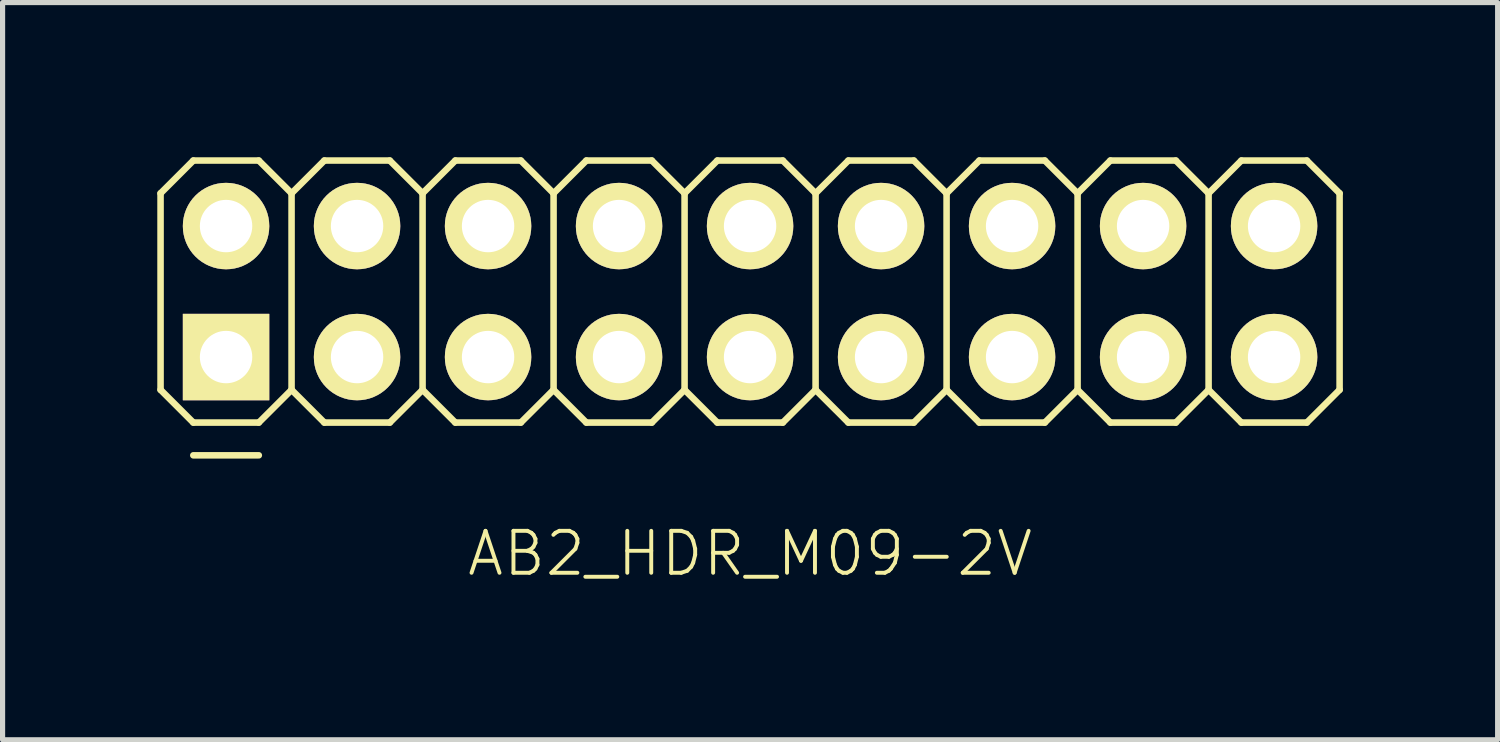
<source format=kicad_pcb>
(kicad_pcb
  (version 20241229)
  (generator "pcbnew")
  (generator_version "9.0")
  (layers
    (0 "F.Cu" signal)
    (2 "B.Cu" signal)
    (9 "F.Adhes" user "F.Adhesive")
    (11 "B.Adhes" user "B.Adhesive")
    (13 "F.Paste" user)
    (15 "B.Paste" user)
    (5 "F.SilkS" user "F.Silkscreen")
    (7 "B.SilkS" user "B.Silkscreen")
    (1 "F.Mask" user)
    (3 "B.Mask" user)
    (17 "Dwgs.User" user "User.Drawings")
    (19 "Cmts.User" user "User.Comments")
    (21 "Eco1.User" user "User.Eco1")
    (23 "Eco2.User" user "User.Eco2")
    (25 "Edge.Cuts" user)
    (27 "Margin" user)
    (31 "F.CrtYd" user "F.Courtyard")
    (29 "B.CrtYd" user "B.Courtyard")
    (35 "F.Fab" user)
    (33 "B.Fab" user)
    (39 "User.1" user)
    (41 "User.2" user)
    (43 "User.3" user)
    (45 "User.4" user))
  (footprint "AB2_HDR_M09-2V"
    (layer "F.Cu")
    (at 11.493 2.603)
    (property "Reference" "AB2_HDR_M09-2V" (at 0 5.08 0) (layer "F.SilkS") (effects (font (size 0.813 0.813) (thickness 0.076))))
    (attr through_hole)
    (fp_line (start -11.43 -1.905) (end -10.795 -2.54) (stroke (width 0.127) (type solid)) (layer "F.SilkS"))
    (fp_line (start -11.43 1.905) (end -11.43 -1.905) (stroke (width 0.127) (type solid)) (layer "F.SilkS"))
    (fp_line (start -10.795 -2.54) (end -9.525 -2.54) (stroke (width 0.127) (type solid)) (layer "F.SilkS"))
    (fp_line (start -10.795 2.54) (end -11.43 1.905) (stroke (width 0.127) (type solid)) (layer "F.SilkS"))
    (fp_line (start -10.795 3.175) (end -9.525 3.175) (stroke (width 0.127) (type solid)) (layer "F.SilkS"))
    (fp_line (start -9.525 -2.54) (end -8.89 -1.905) (stroke (width 0.127) (type solid)) (layer "F.SilkS"))
    (fp_line (start -9.525 2.54) (end -10.795 2.54) (stroke (width 0.127) (type solid)) (layer "F.SilkS"))
    (fp_line (start -8.89 -1.905) (end -8.89 1.905) (stroke (width 0.127) (type solid)) (layer "F.SilkS"))
    (fp_line (start -8.89 -1.905) (end -8.255 -2.54) (stroke (width 0.127) (type solid)) (layer "F.SilkS"))
    (fp_line (start -8.89 1.905) (end -9.525 2.54) (stroke (width 0.127) (type solid)) (layer "F.SilkS"))
    (fp_line (start -8.255 -2.54) (end -6.985 -2.54) (stroke (width 0.127) (type solid)) (layer "F.SilkS"))
    (fp_line (start -8.255 2.54) (end -8.89 1.905) (stroke (width 0.127) (type solid)) (layer "F.SilkS"))
    (fp_line (start -6.985 -2.54) (end -6.35 -1.905) (stroke (width 0.127) (type solid)) (layer "F.SilkS"))
    (fp_line (start -6.985 2.54) (end -8.255 2.54) (stroke (width 0.127) (type solid)) (layer "F.SilkS"))
    (fp_line (start -6.35 -1.905) (end -6.35 1.905) (stroke (width 0.127) (type solid)) (layer "F.SilkS"))
    (fp_line (start -6.35 -1.905) (end -5.715 -2.54) (stroke (width 0.127) (type solid)) (layer "F.SilkS"))
    (fp_line (start -6.35 1.905) (end -6.985 2.54) (stroke (width 0.127) (type solid)) (layer "F.SilkS"))
    (fp_line (start -5.715 -2.54) (end -4.445 -2.54) (stroke (width 0.127) (type solid)) (layer "F.SilkS"))
    (fp_line (start -5.715 2.54) (end -6.35 1.905) (stroke (width 0.127) (type solid)) (layer "F.SilkS"))
    (fp_line (start -4.445 -2.54) (end -3.81 -1.905) (stroke (width 0.127) (type solid)) (layer "F.SilkS"))
    (fp_line (start -4.445 2.54) (end -5.715 2.54) (stroke (width 0.127) (type solid)) (layer "F.SilkS"))
    (fp_line (start -3.81 -1.905) (end -3.81 1.905) (stroke (width 0.127) (type solid)) (layer "F.SilkS"))
    (fp_line (start -3.81 -1.905) (end -3.175 -2.54) (stroke (width 0.127) (type solid)) (layer "F.SilkS"))
    (fp_line (start -3.81 1.905) (end -4.445 2.54) (stroke (width 0.127) (type solid)) (layer "F.SilkS"))
    (fp_line (start -3.175 -2.54) (end -1.905 -2.54) (stroke (width 0.127) (type solid)) (layer "F.SilkS"))
    (fp_line (start -3.175 2.54) (end -3.81 1.905) (stroke (width 0.127) (type solid)) (layer "F.SilkS"))
    (fp_line (start -1.905 -2.54) (end -1.27 -1.905) (stroke (width 0.127) (type solid)) (layer "F.SilkS"))
    (fp_line (start -1.905 2.54) (end -3.175 2.54) (stroke (width 0.127) (type solid)) (layer "F.SilkS"))
    (fp_line (start -1.27 -1.905) (end -1.27 1.905) (stroke (width 0.127) (type solid)) (layer "F.SilkS"))
    (fp_line (start -1.27 -1.905) (end -0.635 -2.54) (stroke (width 0.127) (type solid)) (layer "F.SilkS"))
    (fp_line (start -1.27 1.905) (end -1.905 2.54) (stroke (width 0.127) (type solid)) (layer "F.SilkS"))
    (fp_line (start -0.635 -2.54) (end 0.635 -2.54) (stroke (width 0.127) (type solid)) (layer "F.SilkS"))
    (fp_line (start -0.635 2.54) (end -1.27 1.905) (stroke (width 0.127) (type solid)) (layer "F.SilkS"))
    (fp_line (start 0.635 -2.54) (end 1.27 -1.905) (stroke (width 0.127) (type solid)) (layer "F.SilkS"))
    (fp_line (start 0.635 2.54) (end -0.635 2.54) (stroke (width 0.127) (type solid)) (layer "F.SilkS"))
    (fp_line (start 1.27 -1.905) (end 1.27 1.905) (stroke (width 0.127) (type solid)) (layer "F.SilkS"))
    (fp_line (start 1.27 -1.905) (end 1.905 -2.54) (stroke (width 0.127) (type solid)) (layer "F.SilkS"))
    (fp_line (start 1.27 1.905) (end 0.635 2.54) (stroke (width 0.127) (type solid)) (layer "F.SilkS"))
    (fp_line (start 1.905 -2.54) (end 3.175 -2.54) (stroke (width 0.127) (type solid)) (layer "F.SilkS"))
    (fp_line (start 1.905 2.54) (end 1.27 1.905) (stroke (width 0.127) (type solid)) (layer "F.SilkS"))
    (fp_line (start 3.175 -2.54) (end 3.81 -1.905) (stroke (width 0.127) (type solid)) (layer "F.SilkS"))
    (fp_line (start 3.175 2.54) (end 1.905 2.54) (stroke (width 0.127) (type solid)) (layer "F.SilkS"))
    (fp_line (start 3.81 -1.905) (end 3.81 1.905) (stroke (width 0.127) (type solid)) (layer "F.SilkS"))
    (fp_line (start 3.81 -1.905) (end 4.445 -2.54) (stroke (width 0.127) (type solid)) (layer "F.SilkS"))
    (fp_line (start 3.81 1.905) (end 3.175 2.54) (stroke (width 0.127) (type solid)) (layer "F.SilkS"))
    (fp_line (start 4.445 -2.54) (end 5.715 -2.54) (stroke (width 0.127) (type solid)) (layer "F.SilkS"))
    (fp_line (start 4.445 2.54) (end 3.81 1.905) (stroke (width 0.127) (type solid)) (layer "F.SilkS"))
    (fp_line (start 5.715 -2.54) (end 6.35 -1.905) (stroke (width 0.127) (type solid)) (layer "F.SilkS"))
    (fp_line (start 5.715 2.54) (end 4.445 2.54) (stroke (width 0.127) (type solid)) (layer "F.SilkS"))
    (fp_line (start 6.35 -1.905) (end 6.35 1.905) (stroke (width 0.127) (type solid)) (layer "F.SilkS"))
    (fp_line (start 6.35 -1.905) (end 6.985 -2.54) (stroke (width 0.127) (type solid)) (layer "F.SilkS"))
    (fp_line (start 6.35 1.905) (end 5.715 2.54) (stroke (width 0.127) (type solid)) (layer "F.SilkS"))
    (fp_line (start 6.985 -2.54) (end 8.255 -2.54) (stroke (width 0.127) (type solid)) (layer "F.SilkS"))
    (fp_line (start 6.985 2.54) (end 6.35 1.905) (stroke (width 0.127) (type solid)) (layer "F.SilkS"))
    (fp_line (start 8.255 -2.54) (end 8.89 -1.905) (stroke (width 0.127) (type solid)) (layer "F.SilkS"))
    (fp_line (start 8.255 2.54) (end 6.985 2.54) (stroke (width 0.127) (type solid)) (layer "F.SilkS"))
    (fp_line (start 8.89 -1.905) (end 8.89 1.905) (stroke (width 0.127) (type solid)) (layer "F.SilkS"))
    (fp_line (start 8.89 -1.905) (end 9.525 -2.54) (stroke (width 0.127) (type solid)) (layer "F.SilkS"))
    (fp_line (start 8.89 1.905) (end 8.255 2.54) (stroke (width 0.127) (type solid)) (layer "F.SilkS"))
    (fp_line (start 9.525 -2.54) (end 10.795 -2.54) (stroke (width 0.127) (type solid)) (layer "F.SilkS"))
    (fp_line (start 9.525 2.54) (end 8.89 1.905) (stroke (width 0.127) (type solid)) (layer "F.SilkS"))
    (fp_line (start 10.795 -2.54) (end 11.43 -1.905) (stroke (width 0.127) (type solid)) (layer "F.SilkS"))
    (fp_line (start 10.795 2.54) (end 9.525 2.54) (stroke (width 0.127) (type solid)) (layer "F.SilkS"))
    (fp_line (start 11.43 -1.905) (end 11.43 1.905) (stroke (width 0.127) (type solid)) (layer "F.SilkS"))
    (fp_line (start 11.43 1.905) (end 10.795 2.54) (stroke (width 0.127) (type solid)) (layer "F.SilkS"))
    (pad "1" thru_hole rect (at -10.16 1.27) (size 1.676 1.676) (drill 1.016) (layers "*.Cu" "*.Mask" "F.SilkS"))
    (pad "2" thru_hole circle (at -10.16 -1.27) (size 1.676 1.676) (drill 1.016) (layers "*.Cu" "*.Mask" "F.SilkS"))
    (pad "3" thru_hole circle (at -7.62 1.27) (size 1.676 1.676) (drill 1.016) (layers "*.Cu" "*.Mask" "F.SilkS"))
    (pad "4" thru_hole circle (at -7.62 -1.27) (size 1.676 1.676) (drill 1.016) (layers "*.Cu" "*.Mask" "F.SilkS"))
    (pad "5" thru_hole circle (at -5.08 1.27) (size 1.676 1.676) (drill 1.016) (layers "*.Cu" "*.Mask" "F.SilkS"))
    (pad "6" thru_hole circle (at -5.08 -1.27) (size 1.676 1.676) (drill 1.016) (layers "*.Cu" "*.Mask" "F.SilkS"))
    (pad "7" thru_hole circle (at -2.54 1.27) (size 1.676 1.676) (drill 1.016) (layers "*.Cu" "*.Mask" "F.SilkS"))
    (pad "8" thru_hole circle (at -2.54 -1.27) (size 1.676 1.676) (drill 1.016) (layers "*.Cu" "*.Mask" "F.SilkS"))
    (pad "9" thru_hole circle (at 0 1.27) (size 1.676 1.676) (drill 1.016) (layers "*.Cu" "*.Mask" "F.SilkS"))
    (pad "10" thru_hole circle (at 0 -1.27) (size 1.676 1.676) (drill 1.016) (layers "*.Cu" "*.Mask" "F.SilkS"))
    (pad "11" thru_hole circle (at 2.54 1.27) (size 1.676 1.676) (drill 1.016) (layers "*.Cu" "*.Mask" "F.SilkS"))
    (pad "12" thru_hole circle (at 2.54 -1.27) (size 1.676 1.676) (drill 1.016) (layers "*.Cu" "*.Mask" "F.SilkS"))
    (pad "13" thru_hole circle (at 5.08 1.27) (size 1.676 1.676) (drill 1.016) (layers "*.Cu" "*.Mask" "F.SilkS"))
    (pad "14" thru_hole circle (at 5.08 -1.27) (size 1.676 1.676) (drill 1.016) (layers "*.Cu" "*.Mask" "F.SilkS"))
    (pad "15" thru_hole circle (at 7.62 1.27) (size 1.676 1.676) (drill 1.016) (layers "*.Cu" "*.Mask" "F.SilkS"))
    (pad "16" thru_hole circle (at 7.62 -1.27) (size 1.676 1.676) (drill 1.016) (layers "*.Cu" "*.Mask" "F.SilkS"))
    (pad "17" thru_hole circle (at 10.16 1.27) (size 1.676 1.676) (drill 1.016) (layers "*.Cu" "*.Mask" "F.SilkS"))
    (pad "18" thru_hole circle (at 10.16 -1.27) (size 1.676 1.676) (drill 1.016) (layers "*.Cu" "*.Mask" "F.SilkS")))
  (gr_rect
    (start -3 -3)
    (end 25.987 11.293)
    (stroke (width 0.1) (type default))
    (fill no)
    (layer "Edge.Cuts")))
</source>
